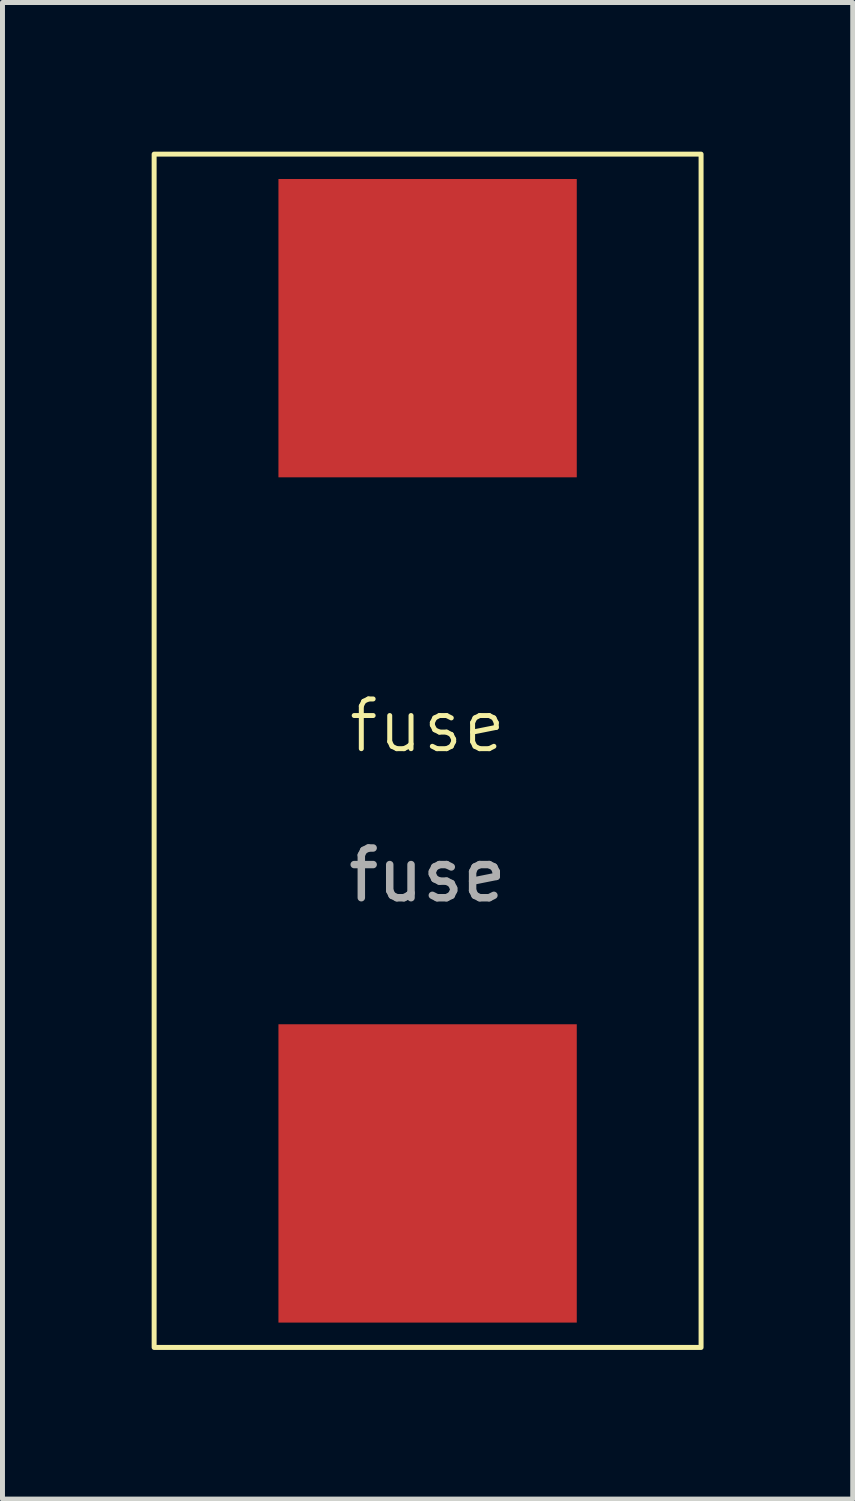
<source format=kicad_pcb>
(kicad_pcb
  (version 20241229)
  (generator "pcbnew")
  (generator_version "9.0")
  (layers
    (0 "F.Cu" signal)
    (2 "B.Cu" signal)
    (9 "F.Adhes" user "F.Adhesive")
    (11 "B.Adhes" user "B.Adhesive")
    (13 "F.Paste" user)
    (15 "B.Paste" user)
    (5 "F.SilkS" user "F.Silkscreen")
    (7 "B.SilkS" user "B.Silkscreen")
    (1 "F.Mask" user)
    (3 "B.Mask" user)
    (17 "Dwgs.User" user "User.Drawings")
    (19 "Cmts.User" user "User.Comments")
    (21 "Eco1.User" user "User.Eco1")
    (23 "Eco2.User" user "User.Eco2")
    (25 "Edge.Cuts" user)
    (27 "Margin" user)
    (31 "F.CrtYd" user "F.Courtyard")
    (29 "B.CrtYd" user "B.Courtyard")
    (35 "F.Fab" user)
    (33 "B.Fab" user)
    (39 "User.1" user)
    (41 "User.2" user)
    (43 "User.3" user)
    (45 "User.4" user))
  (footprint "fuse"
    (layer "F.Cu")
    (at 5.55 12.05)
    (property "Reference" "fuse" (at 0 -0.5 0) (unlocked yes) (layer "F.SilkS") (effects (font (size 1 1) (thickness 0.1))))
    (attr through_hole)
    (fp_rect (start -5.5 -12) (end 5.5 12) (stroke (width 0.1) (type default)) (fill no) (layer "F.SilkS"))
    (fp_text user "${REFERENCE}" (at 0 2.5 0) (unlocked yes) (layer "F.Fab") (effects (font (size 1 1) (thickness 0.15))))
    (pad "1" smd rect (at 0 -8.5) (size 6 6) (layers "F.Cu" "F.Mask" "F.Paste"))
    (pad "2" smd rect (at 0 8.5) (size 6 6) (layers "F.Cu" "F.Mask" "F.Paste")))
  (gr_rect
    (start -3 -3)
    (end 14.1 27.1)
    (stroke (width 0.1) (type default))
    (fill no)
    (layer "Edge.Cuts")))
</source>
